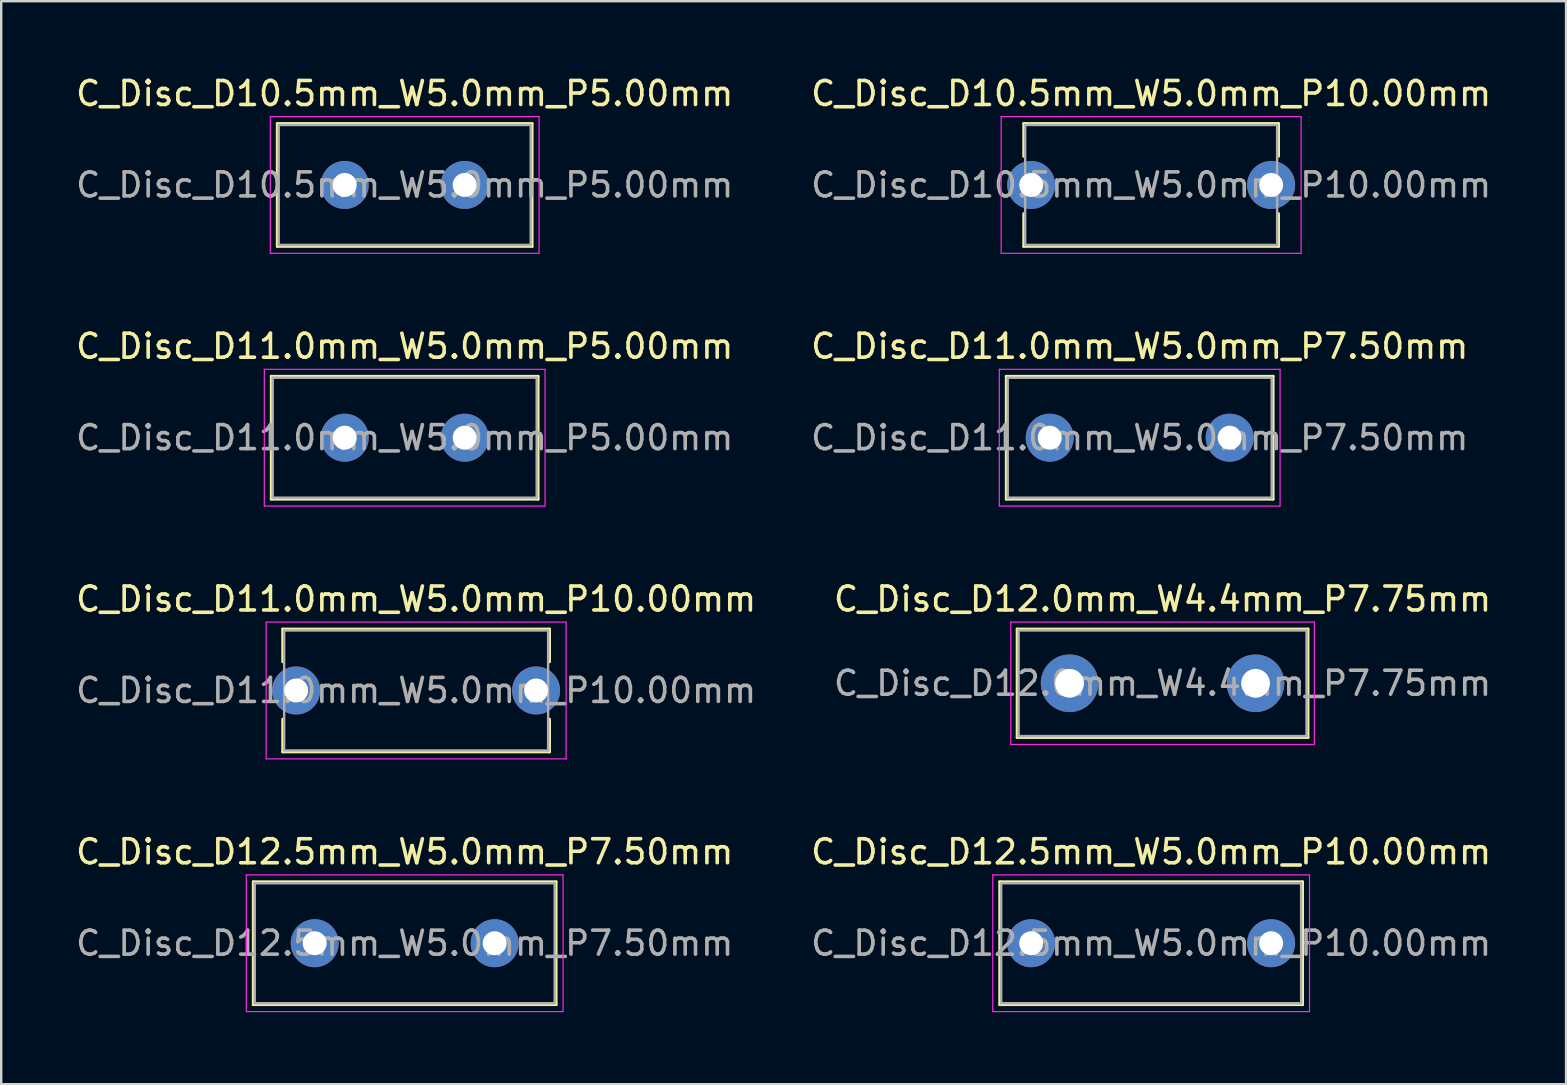
<source format=kicad_pcb>
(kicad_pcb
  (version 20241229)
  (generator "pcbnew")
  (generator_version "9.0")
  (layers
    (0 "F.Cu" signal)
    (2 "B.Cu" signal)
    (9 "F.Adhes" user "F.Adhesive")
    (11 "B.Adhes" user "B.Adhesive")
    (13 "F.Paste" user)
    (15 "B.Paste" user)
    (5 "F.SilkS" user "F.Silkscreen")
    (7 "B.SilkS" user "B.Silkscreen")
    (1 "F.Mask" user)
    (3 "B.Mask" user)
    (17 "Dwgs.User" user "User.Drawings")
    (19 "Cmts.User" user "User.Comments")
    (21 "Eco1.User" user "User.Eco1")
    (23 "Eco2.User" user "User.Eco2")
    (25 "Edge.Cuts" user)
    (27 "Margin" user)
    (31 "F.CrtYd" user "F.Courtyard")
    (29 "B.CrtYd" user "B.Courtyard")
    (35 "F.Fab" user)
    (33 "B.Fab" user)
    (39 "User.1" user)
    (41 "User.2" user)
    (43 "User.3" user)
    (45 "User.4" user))
  (footprint "C_Disc_D10.5mm_W5.0mm_P5.00mm"
    (layer "F.Cu")
    (at 11.315 4.658)
    (property "Reference" "C_Disc_D10.5mm_W5.0mm_P5.00mm" (at 2.5 -3.81 0) (layer "F.SilkS") (effects (font (size 1 1) (thickness 0.15))))
    (attr through_hole)
    (fp_line (start -2.81 -2.56) (end -2.81 2.56) (stroke (width 0.12) (type solid)) (layer "F.SilkS"))
    (fp_line (start -2.81 -2.56) (end 7.81 -2.56) (stroke (width 0.12) (type solid)) (layer "F.SilkS"))
    (fp_line (start -2.81 2.56) (end 7.81 2.56) (stroke (width 0.12) (type solid)) (layer "F.SilkS"))
    (fp_line (start 7.81 -2.56) (end 7.81 2.56) (stroke (width 0.12) (type solid)) (layer "F.SilkS"))
    (fp_line (start -3.1 -2.85) (end -3.1 2.85) (stroke (width 0.05) (type solid)) (layer "F.CrtYd"))
    (fp_line (start -3.1 2.85) (end 8.1 2.85) (stroke (width 0.05) (type solid)) (layer "F.CrtYd"))
    (fp_line (start 8.1 -2.85) (end -3.1 -2.85) (stroke (width 0.05) (type solid)) (layer "F.CrtYd"))
    (fp_line (start 8.1 2.85) (end 8.1 -2.85) (stroke (width 0.05) (type solid)) (layer "F.CrtYd"))
    (fp_line (start -2.75 -2.5) (end -2.75 2.5) (stroke (width 0.1) (type solid)) (layer "F.Fab"))
    (fp_line (start -2.75 2.5) (end 7.75 2.5) (stroke (width 0.1) (type solid)) (layer "F.Fab"))
    (fp_line (start 7.75 -2.5) (end -2.75 -2.5) (stroke (width 0.1) (type solid)) (layer "F.Fab"))
    (fp_line (start 7.75 2.5) (end 7.75 -2.5) (stroke (width 0.1) (type solid)) (layer "F.Fab"))
    (fp_text user "${REFERENCE}" (at 2.5 0 0) (layer "F.Fab") (effects (font (size 1 1) (thickness 0.15))))
    (pad "1" thru_hole circle (at 0 0) (size 2 2) (drill 1) (layers "*.Cu" "*.Mask"))
    (pad "2" thru_hole circle (at 5 0) (size 2 2) (drill 1) (layers "*.Cu" "*.Mask")))
  (footprint "C_Disc_D12.5mm_W5.0mm_P7.50mm"
    (layer "F.Cu")
    (at 10.065 36.258)
    (property "Reference" "C_Disc_D12.5mm_W5.0mm_P7.50mm" (at 3.75 -3.81 0) (layer "F.SilkS") (effects (font (size 1 1) (thickness 0.15))))
    (attr through_hole)
    (fp_line (start -2.56 -2.56) (end -2.56 2.56) (stroke (width 0.12) (type solid)) (layer "F.SilkS"))
    (fp_line (start -2.56 -2.56) (end 10.06 -2.56) (stroke (width 0.12) (type solid)) (layer "F.SilkS"))
    (fp_line (start -2.56 2.56) (end 10.06 2.56) (stroke (width 0.12) (type solid)) (layer "F.SilkS"))
    (fp_line (start 10.06 -2.56) (end 10.06 2.56) (stroke (width 0.12) (type solid)) (layer "F.SilkS"))
    (fp_line (start -2.85 -2.85) (end -2.85 2.85) (stroke (width 0.05) (type solid)) (layer "F.CrtYd"))
    (fp_line (start -2.85 2.85) (end 10.35 2.85) (stroke (width 0.05) (type solid)) (layer "F.CrtYd"))
    (fp_line (start 10.35 -2.85) (end -2.85 -2.85) (stroke (width 0.05) (type solid)) (layer "F.CrtYd"))
    (fp_line (start 10.35 2.85) (end 10.35 -2.85) (stroke (width 0.05) (type solid)) (layer "F.CrtYd"))
    (fp_line (start -2.5 -2.5) (end -2.5 2.5) (stroke (width 0.1) (type solid)) (layer "F.Fab"))
    (fp_line (start -2.5 2.5) (end 10 2.5) (stroke (width 0.1) (type solid)) (layer "F.Fab"))
    (fp_line (start 10 -2.5) (end -2.5 -2.5) (stroke (width 0.1) (type solid)) (layer "F.Fab"))
    (fp_line (start 10 2.5) (end 10 -2.5) (stroke (width 0.1) (type solid)) (layer "F.Fab"))
    (fp_text user "${REFERENCE}" (at 3.75 0 0) (layer "F.Fab") (effects (font (size 1 1) (thickness 0.15))))
    (pad "1" thru_hole circle (at 0 0) (size 2 2) (drill 1) (layers "*.Cu" "*.Mask"))
    (pad "2" thru_hole circle (at 7.5 0) (size 2 2) (drill 1) (layers "*.Cu" "*.Mask")))
  (footprint "C_Disc_D11.0mm_W5.0mm_P10.00mm"
    (layer "F.Cu")
    (at 9.292 25.725)
    (property "Reference" "C_Disc_D11.0mm_W5.0mm_P10.00mm" (at 5 -3.81 0) (layer "F.SilkS") (effects (font (size 1 1) (thickness 0.15))))
    (attr through_hole)
    (fp_line (start -0.56 -2.56) (end -0.56 -1.195) (stroke (width 0.12) (type solid)) (layer "F.SilkS"))
    (fp_line (start -0.56 -2.56) (end 10.56 -2.56) (stroke (width 0.12) (type solid)) (layer "F.SilkS"))
    (fp_line (start -0.56 1.195) (end -0.56 2.56) (stroke (width 0.12) (type solid)) (layer "F.SilkS"))
    (fp_line (start -0.56 2.56) (end 10.56 2.56) (stroke (width 0.12) (type solid)) (layer "F.SilkS"))
    (fp_line (start 10.56 -2.56) (end 10.56 -1.195) (stroke (width 0.12) (type solid)) (layer "F.SilkS"))
    (fp_line (start 10.56 1.195) (end 10.56 2.56) (stroke (width 0.12) (type solid)) (layer "F.SilkS"))
    (fp_line (start -1.25 -2.85) (end -1.25 2.85) (stroke (width 0.05) (type solid)) (layer "F.CrtYd"))
    (fp_line (start -1.25 2.85) (end 11.25 2.85) (stroke (width 0.05) (type solid)) (layer "F.CrtYd"))
    (fp_line (start 11.25 -2.85) (end -1.25 -2.85) (stroke (width 0.05) (type solid)) (layer "F.CrtYd"))
    (fp_line (start 11.25 2.85) (end 11.25 -2.85) (stroke (width 0.05) (type solid)) (layer "F.CrtYd"))
    (fp_line (start -0.5 -2.5) (end -0.5 2.5) (stroke (width 0.1) (type solid)) (layer "F.Fab"))
    (fp_line (start -0.5 2.5) (end 10.5 2.5) (stroke (width 0.1) (type solid)) (layer "F.Fab"))
    (fp_line (start 10.5 -2.5) (end -0.5 -2.5) (stroke (width 0.1) (type solid)) (layer "F.Fab"))
    (fp_line (start 10.5 2.5) (end 10.5 -2.5) (stroke (width 0.1) (type solid)) (layer "F.Fab"))
    (fp_text user "${REFERENCE}" (at 5 0 0) (layer "F.Fab") (effects (font (size 1 1) (thickness 0.15))))
    (pad "1" thru_hole circle (at 0 0) (size 2 2) (drill 1) (layers "*.Cu" "*.Mask"))
    (pad "2" thru_hole circle (at 10 0) (size 2 2) (drill 1) (layers "*.Cu" "*.Mask")))
  (footprint "C_Disc_D11.0mm_W5.0mm_P5.00mm"
    (layer "F.Cu")
    (at 11.315 15.191)
    (property "Reference" "C_Disc_D11.0mm_W5.0mm_P5.00mm" (at 2.5 -3.81 0) (layer "F.SilkS") (effects (font (size 1 1) (thickness 0.15))))
    (attr through_hole)
    (fp_line (start -3.06 -2.56) (end -3.06 2.56) (stroke (width 0.12) (type solid)) (layer "F.SilkS"))
    (fp_line (start -3.06 -2.56) (end 8.06 -2.56) (stroke (width 0.12) (type solid)) (layer "F.SilkS"))
    (fp_line (start -3.06 2.56) (end 8.06 2.56) (stroke (width 0.12) (type solid)) (layer "F.SilkS"))
    (fp_line (start 8.06 -2.56) (end 8.06 2.56) (stroke (width 0.12) (type solid)) (layer "F.SilkS"))
    (fp_line (start -3.35 -2.85) (end -3.35 2.85) (stroke (width 0.05) (type solid)) (layer "F.CrtYd"))
    (fp_line (start -3.35 2.85) (end 8.35 2.85) (stroke (width 0.05) (type solid)) (layer "F.CrtYd"))
    (fp_line (start 8.35 -2.85) (end -3.35 -2.85) (stroke (width 0.05) (type solid)) (layer "F.CrtYd"))
    (fp_line (start 8.35 2.85) (end 8.35 -2.85) (stroke (width 0.05) (type solid)) (layer "F.CrtYd"))
    (fp_line (start -3 -2.5) (end -3 2.5) (stroke (width 0.1) (type solid)) (layer "F.Fab"))
    (fp_line (start -3 2.5) (end 8 2.5) (stroke (width 0.1) (type solid)) (layer "F.Fab"))
    (fp_line (start 8 -2.5) (end -3 -2.5) (stroke (width 0.1) (type solid)) (layer "F.Fab"))
    (fp_line (start 8 2.5) (end 8 -2.5) (stroke (width 0.1) (type solid)) (layer "F.Fab"))
    (fp_text user "${REFERENCE}" (at 2.5 0 0) (layer "F.Fab") (effects (font (size 1 1) (thickness 0.15))))
    (pad "1" thru_hole circle (at 0 0) (size 2 2) (drill 1) (layers "*.Cu" "*.Mask"))
    (pad "2" thru_hole circle (at 5 0) (size 2 2) (drill 1) (layers "*.Cu" "*.Mask")))
  (footprint "C_Disc_D12.5mm_W5.0mm_P10.00mm"
    (layer "F.Cu")
    (at 39.923 36.258)
    (property "Reference" "C_Disc_D12.5mm_W5.0mm_P10.00mm" (at 5 -3.81 0) (layer "F.SilkS") (effects (font (size 1 1) (thickness 0.15))))
    (attr through_hole)
    (fp_line (start -1.31 -2.56) (end -1.31 2.56) (stroke (width 0.12) (type solid)) (layer "F.SilkS"))
    (fp_line (start -1.31 -2.56) (end 11.31 -2.56) (stroke (width 0.12) (type solid)) (layer "F.SilkS"))
    (fp_line (start -1.31 2.56) (end 11.31 2.56) (stroke (width 0.12) (type solid)) (layer "F.SilkS"))
    (fp_line (start 11.31 -2.56) (end 11.31 2.56) (stroke (width 0.12) (type solid)) (layer "F.SilkS"))
    (fp_line (start -1.6 -2.85) (end -1.6 2.85) (stroke (width 0.05) (type solid)) (layer "F.CrtYd"))
    (fp_line (start -1.6 2.85) (end 11.6 2.85) (stroke (width 0.05) (type solid)) (layer "F.CrtYd"))
    (fp_line (start 11.6 -2.85) (end -1.6 -2.85) (stroke (width 0.05) (type solid)) (layer "F.CrtYd"))
    (fp_line (start 11.6 2.85) (end 11.6 -2.85) (stroke (width 0.05) (type solid)) (layer "F.CrtYd"))
    (fp_line (start -1.25 -2.5) (end -1.25 2.5) (stroke (width 0.1) (type solid)) (layer "F.Fab"))
    (fp_line (start -1.25 2.5) (end 11.25 2.5) (stroke (width 0.1) (type solid)) (layer "F.Fab"))
    (fp_line (start 11.25 -2.5) (end -1.25 -2.5) (stroke (width 0.1) (type solid)) (layer "F.Fab"))
    (fp_line (start 11.25 2.5) (end 11.25 -2.5) (stroke (width 0.1) (type solid)) (layer "F.Fab"))
    (fp_text user "${REFERENCE}" (at 5 0 0) (layer "F.Fab") (effects (font (size 1 1) (thickness 0.15))))
    (pad "1" thru_hole circle (at 0 0) (size 2 2) (drill 1) (layers "*.Cu" "*.Mask"))
    (pad "2" thru_hole circle (at 10 0) (size 2 2) (drill 1) (layers "*.Cu" "*.Mask")))
  (footprint "C_Disc_D11.0mm_W5.0mm_P7.50mm"
    (layer "F.Cu")
    (at 40.696 15.191)
    (property "Reference" "C_Disc_D11.0mm_W5.0mm_P7.50mm" (at 3.75 -3.81 0) (layer "F.SilkS") (effects (font (size 1 1) (thickness 0.15))))
    (attr through_hole)
    (fp_line (start -1.81 -2.56) (end -1.81 2.56) (stroke (width 0.12) (type solid)) (layer "F.SilkS"))
    (fp_line (start -1.81 -2.56) (end 9.31 -2.56) (stroke (width 0.12) (type solid)) (layer "F.SilkS"))
    (fp_line (start -1.81 2.56) (end 9.31 2.56) (stroke (width 0.12) (type solid)) (layer "F.SilkS"))
    (fp_line (start 9.31 -2.56) (end 9.31 2.56) (stroke (width 0.12) (type solid)) (layer "F.SilkS"))
    (fp_line (start -2.1 -2.85) (end -2.1 2.85) (stroke (width 0.05) (type solid)) (layer "F.CrtYd"))
    (fp_line (start -2.1 2.85) (end 9.6 2.85) (stroke (width 0.05) (type solid)) (layer "F.CrtYd"))
    (fp_line (start 9.6 -2.85) (end -2.1 -2.85) (stroke (width 0.05) (type solid)) (layer "F.CrtYd"))
    (fp_line (start 9.6 2.85) (end 9.6 -2.85) (stroke (width 0.05) (type solid)) (layer "F.CrtYd"))
    (fp_line (start -1.75 -2.5) (end -1.75 2.5) (stroke (width 0.1) (type solid)) (layer "F.Fab"))
    (fp_line (start -1.75 2.5) (end 9.25 2.5) (stroke (width 0.1) (type solid)) (layer "F.Fab"))
    (fp_line (start 9.25 -2.5) (end -1.75 -2.5) (stroke (width 0.1) (type solid)) (layer "F.Fab"))
    (fp_line (start 9.25 2.5) (end 9.25 -2.5) (stroke (width 0.1) (type solid)) (layer "F.Fab"))
    (fp_text user "${REFERENCE}" (at 3.75 0 0) (layer "F.Fab") (effects (font (size 1 1) (thickness 0.15))))
    (pad "1" thru_hole circle (at 0 0) (size 2 2) (drill 1) (layers "*.Cu" "*.Mask"))
    (pad "2" thru_hole circle (at 7.5 0) (size 2 2) (drill 1) (layers "*.Cu" "*.Mask")))
  (footprint "C_Disc_D12.0mm_W4.4mm_P7.75mm"
    (layer "F.Cu")
    (at 41.524 25.425)
    (property "Reference" "C_Disc_D12.0mm_W4.4mm_P7.75mm" (at 3.875 -3.51 0) (layer "F.SilkS") (effects (font (size 1 1) (thickness 0.15))))
    (attr through_hole)
    (fp_line (start -2.185 -2.26) (end -2.185 2.26) (stroke (width 0.12) (type solid)) (layer "F.SilkS"))
    (fp_line (start -2.185 -2.26) (end 9.935 -2.26) (stroke (width 0.12) (type solid)) (layer "F.SilkS"))
    (fp_line (start -2.185 2.26) (end 9.935 2.26) (stroke (width 0.12) (type solid)) (layer "F.SilkS"))
    (fp_line (start 9.935 -2.26) (end 9.935 2.26) (stroke (width 0.12) (type solid)) (layer "F.SilkS"))
    (fp_line (start -2.45 -2.55) (end -2.45 2.55) (stroke (width 0.05) (type solid)) (layer "F.CrtYd"))
    (fp_line (start -2.45 2.55) (end 10.2 2.55) (stroke (width 0.05) (type solid)) (layer "F.CrtYd"))
    (fp_line (start 10.2 -2.55) (end -2.45 -2.55) (stroke (width 0.05) (type solid)) (layer "F.CrtYd"))
    (fp_line (start 10.2 2.55) (end 10.2 -2.55) (stroke (width 0.05) (type solid)) (layer "F.CrtYd"))
    (fp_line (start -2.125 -2.2) (end -2.125 2.2) (stroke (width 0.1) (type solid)) (layer "F.Fab"))
    (fp_line (start -2.125 2.2) (end 9.875 2.2) (stroke (width 0.1) (type solid)) (layer "F.Fab"))
    (fp_line (start 9.875 -2.2) (end -2.125 -2.2) (stroke (width 0.1) (type solid)) (layer "F.Fab"))
    (fp_line (start 9.875 2.2) (end 9.875 -2.2) (stroke (width 0.1) (type solid)) (layer "F.Fab"))
    (fp_text user "${REFERENCE}" (at 3.875 0 0) (layer "F.Fab") (effects (font (size 1 1) (thickness 0.15))))
    (pad "1" thru_hole circle (at 0 0) (size 2.4 2.4) (drill 1.2) (layers "*.Cu" "*.Mask"))
    (pad "2" thru_hole circle (at 7.75 0) (size 2.4 2.4) (drill 1.2) (layers "*.Cu" "*.Mask")))
  (footprint "C_Disc_D10.5mm_W5.0mm_P10.00mm"
    (layer "F.Cu")
    (at 39.923 4.658)
    (property "Reference" "C_Disc_D10.5mm_W5.0mm_P10.00mm" (at 5 -3.81 0) (layer "F.SilkS") (effects (font (size 1 1) (thickness 0.15))))
    (attr through_hole)
    (fp_line (start -0.31 -2.56) (end -0.31 -1.195) (stroke (width 0.12) (type solid)) (layer "F.SilkS"))
    (fp_line (start -0.31 -2.56) (end 10.31 -2.56) (stroke (width 0.12) (type solid)) (layer "F.SilkS"))
    (fp_line (start -0.31 1.195) (end -0.31 2.56) (stroke (width 0.12) (type solid)) (layer "F.SilkS"))
    (fp_line (start -0.31 2.56) (end 10.31 2.56) (stroke (width 0.12) (type solid)) (layer "F.SilkS"))
    (fp_line (start 10.31 -2.56) (end 10.31 -1.195) (stroke (width 0.12) (type solid)) (layer "F.SilkS"))
    (fp_line (start 10.31 1.195) (end 10.31 2.56) (stroke (width 0.12) (type solid)) (layer "F.SilkS"))
    (fp_line (start -1.25 -2.85) (end -1.25 2.85) (stroke (width 0.05) (type solid)) (layer "F.CrtYd"))
    (fp_line (start -1.25 2.85) (end 11.25 2.85) (stroke (width 0.05) (type solid)) (layer "F.CrtYd"))
    (fp_line (start 11.25 -2.85) (end -1.25 -2.85) (stroke (width 0.05) (type solid)) (layer "F.CrtYd"))
    (fp_line (start 11.25 2.85) (end 11.25 -2.85) (stroke (width 0.05) (type solid)) (layer "F.CrtYd"))
    (fp_line (start -0.25 -2.5) (end -0.25 2.5) (stroke (width 0.1) (type solid)) (layer "F.Fab"))
    (fp_line (start -0.25 2.5) (end 10.25 2.5) (stroke (width 0.1) (type solid)) (layer "F.Fab"))
    (fp_line (start 10.25 -2.5) (end -0.25 -2.5) (stroke (width 0.1) (type solid)) (layer "F.Fab"))
    (fp_line (start 10.25 2.5) (end 10.25 -2.5) (stroke (width 0.1) (type solid)) (layer "F.Fab"))
    (fp_text user "${REFERENCE}" (at 5 0 0) (layer "F.Fab") (effects (font (size 1 1) (thickness 0.15))))
    (pad "1" thru_hole circle (at 0 0) (size 2 2) (drill 1) (layers "*.Cu" "*.Mask"))
    (pad "2" thru_hole circle (at 10 0) (size 2 2) (drill 1) (layers "*.Cu" "*.Mask")))
  (gr_rect
    (start -3 -3)
    (end 62.214 42.133)
    (stroke (width 0.1) (type default))
    (fill no)
    (layer "Edge.Cuts")))
</source>
